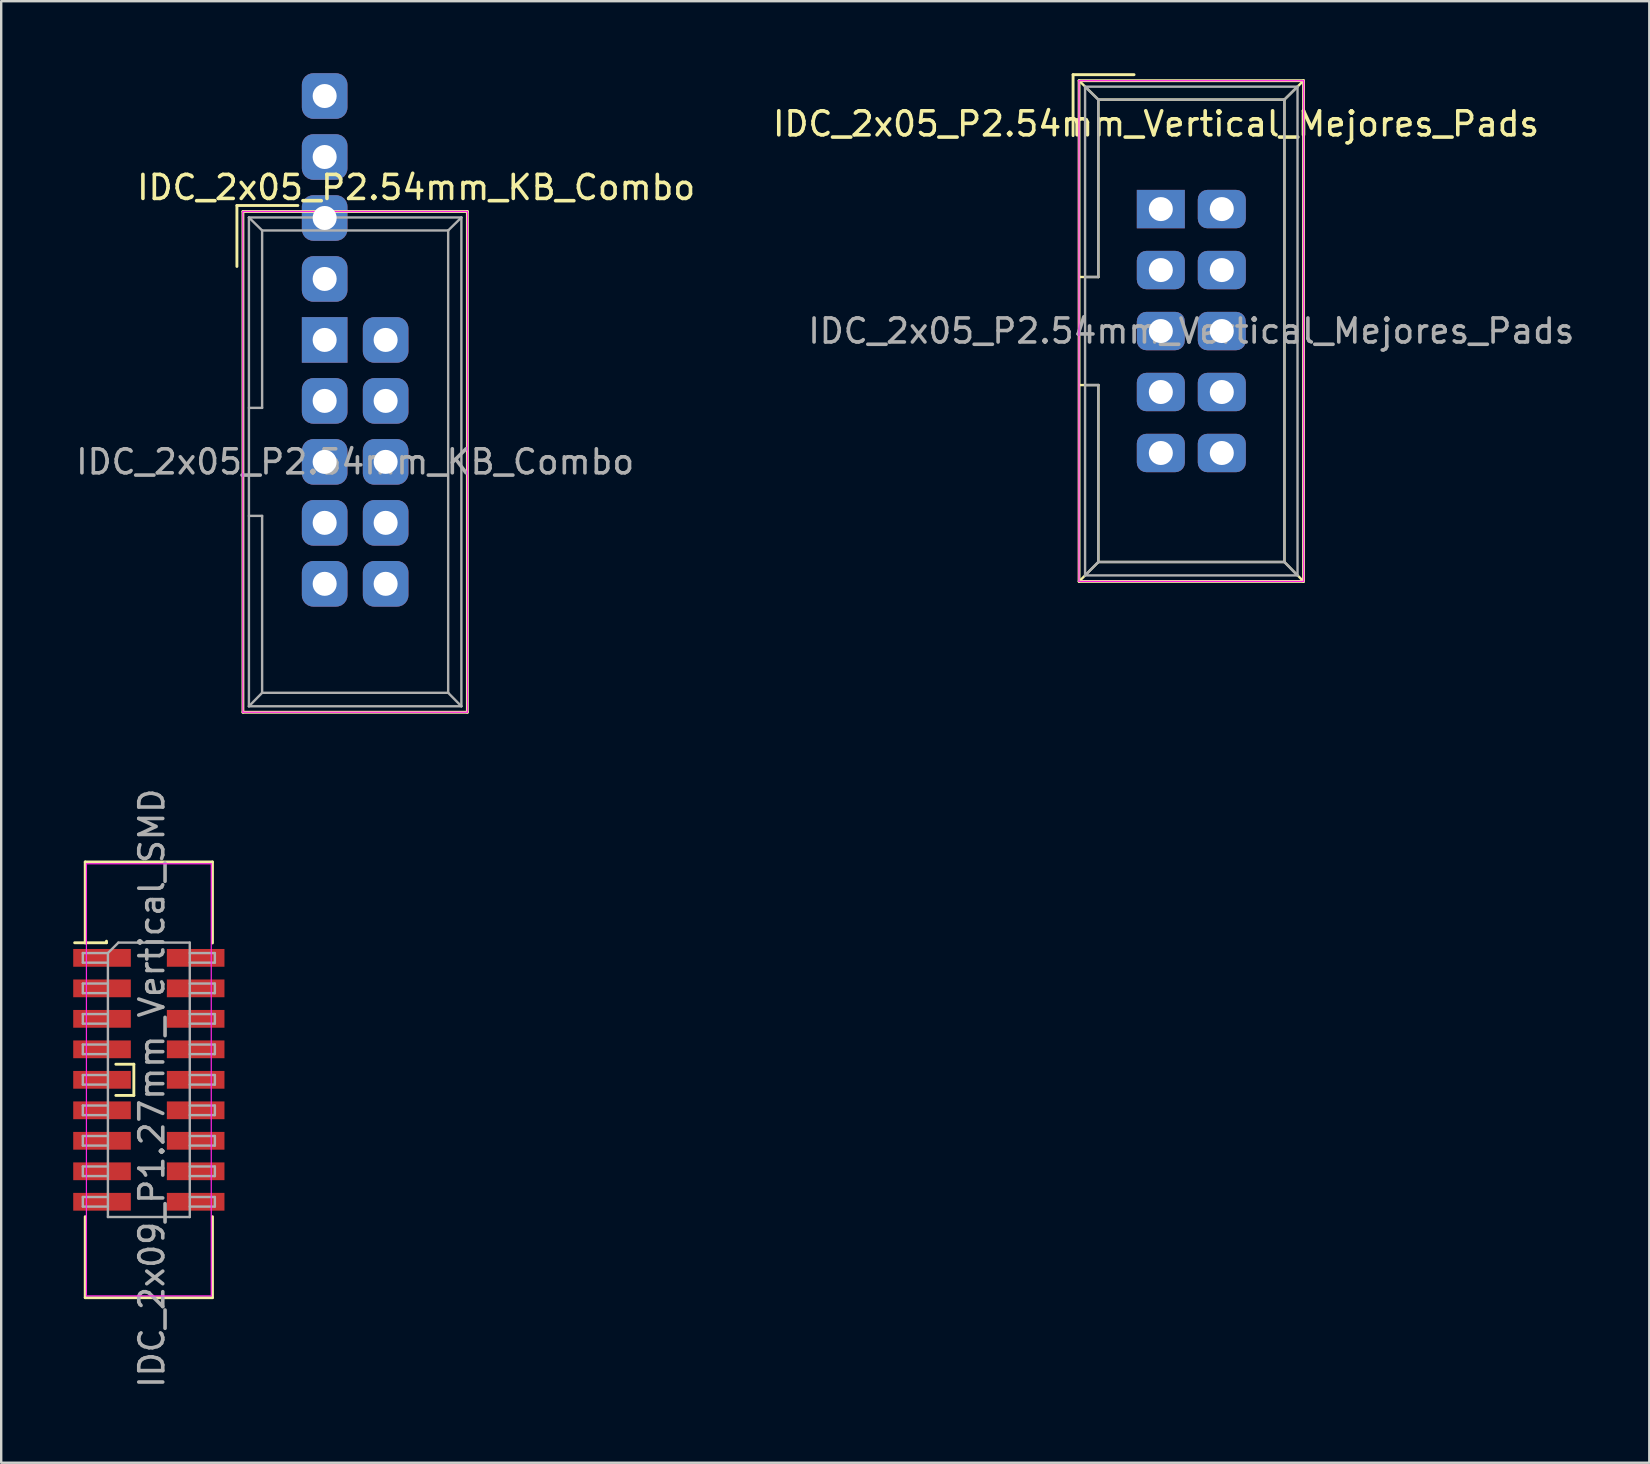
<source format=kicad_pcb>
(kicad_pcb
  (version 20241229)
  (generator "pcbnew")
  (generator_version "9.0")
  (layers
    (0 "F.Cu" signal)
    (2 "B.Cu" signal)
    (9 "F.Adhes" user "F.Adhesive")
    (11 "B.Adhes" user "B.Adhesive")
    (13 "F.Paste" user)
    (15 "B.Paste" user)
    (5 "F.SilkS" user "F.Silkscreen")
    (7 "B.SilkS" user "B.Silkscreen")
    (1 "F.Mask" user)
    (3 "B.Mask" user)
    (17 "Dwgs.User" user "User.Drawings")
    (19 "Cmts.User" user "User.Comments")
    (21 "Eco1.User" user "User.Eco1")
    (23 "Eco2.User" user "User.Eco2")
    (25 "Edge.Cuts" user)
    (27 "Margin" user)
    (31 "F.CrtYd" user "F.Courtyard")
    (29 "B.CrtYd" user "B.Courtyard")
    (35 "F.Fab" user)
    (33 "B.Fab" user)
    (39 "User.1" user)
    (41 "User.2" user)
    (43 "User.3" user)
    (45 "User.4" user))
  (footprint "IDC_2x05_P2.54mm_Vertical_Mejores_Pads"
    (layer "F.Cu")
    (at 45.305 5.66)
    (property "Reference" "IDC_2x05_P2.54mm_Vertical_Mejores_Pads" (at -0.2 -3.55 0) (layer "F.SilkS") (effects (font (size 1 1) (thickness 0.15))))
    (attr through_hole)
    (fp_line (start -3.655 -5.6) (end -3.655 -3.06) (stroke (width 0.12) (type solid)) (layer "F.SilkS"))
    (fp_line (start -3.655 -5.6) (end -1.115 -5.6) (stroke (width 0.12) (type solid)) (layer "F.SilkS"))
    (fp_line (start -3.405 -5.35) (end -2.6 -4.56) (stroke (width 0.1) (type solid)) (layer "F.SilkS"))
    (fp_line (start -3.405 -5.35) (end 5.945 -5.35) (stroke (width 0.12) (type solid)) (layer "F.SilkS"))
    (fp_line (start -3.405 15.51) (end -3.405 -5.35) (stroke (width 0.12) (type solid)) (layer "F.SilkS"))
    (fp_line (start -3.405 15.51) (end -2.6 14.7) (stroke (width 0.1) (type solid)) (layer "F.SilkS"))
    (fp_line (start -2.6 -4.56) (end -2.6 2.83) (stroke (width 0.1) (type solid)) (layer "F.SilkS"))
    (fp_line (start -2.6 2.83) (end -3.4 2.83) (stroke (width 0.1) (type solid)) (layer "F.SilkS"))
    (fp_line (start -2.6 7.33) (end -3.4 7.33) (stroke (width 0.1) (type solid)) (layer "F.SilkS"))
    (fp_line (start -2.6 7.33) (end -2.6 14.7) (stroke (width 0.1) (type solid)) (layer "F.SilkS"))
    (fp_line (start 5.15 -4.56) (end -2.6 -4.56) (stroke (width 0.1) (type solid)) (layer "F.SilkS"))
    (fp_line (start 5.15 -4.56) (end 5.15 14.7) (stroke (width 0.1) (type solid)) (layer "F.SilkS"))
    (fp_line (start 5.15 14.7) (end -2.6 14.7) (stroke (width 0.1) (type solid)) (layer "F.SilkS"))
    (fp_line (start 5.945 -5.35) (end 5.15 -4.56) (stroke (width 0.1) (type solid)) (layer "F.SilkS"))
    (fp_line (start 5.945 -5.35) (end 5.945 15.51) (stroke (width 0.12) (type solid)) (layer "F.SilkS"))
    (fp_line (start 5.945 15.51) (end -3.405 15.51) (stroke (width 0.12) (type solid)) (layer "F.SilkS"))
    (fp_line (start 5.945 15.51) (end 5.15 14.7) (stroke (width 0.1) (type solid)) (layer "F.SilkS"))
    (fp_line (start -3.41 -5.35) (end 5.95 -5.35) (stroke (width 0.05) (type solid)) (layer "F.CrtYd"))
    (fp_line (start -3.41 15.51) (end -3.41 -5.35) (stroke (width 0.05) (type solid)) (layer "F.CrtYd"))
    (fp_line (start 5.95 -5.35) (end 5.95 15.51) (stroke (width 0.05) (type solid)) (layer "F.CrtYd"))
    (fp_line (start 5.95 15.51) (end -3.41 15.51) (stroke (width 0.05) (type solid)) (layer "F.CrtYd"))
    (fp_line (start -3.155 -5.1) (end -3.155 15.26) (stroke (width 0.1) (type solid)) (layer "F.Fab"))
    (fp_line (start -3.155 -5.1) (end -2.605 -4.56) (stroke (width 0.1) (type solid)) (layer "F.Fab"))
    (fp_line (start -3.155 15.26) (end -2.605 14.7) (stroke (width 0.1) (type solid)) (layer "F.Fab"))
    (fp_line (start -2.605 -4.56) (end -2.605 2.83) (stroke (width 0.1) (type solid)) (layer "F.Fab"))
    (fp_line (start -2.605 2.83) (end -3.155 2.83) (stroke (width 0.1) (type solid)) (layer "F.Fab"))
    (fp_line (start -2.605 7.33) (end -3.155 7.33) (stroke (width 0.1) (type solid)) (layer "F.Fab"))
    (fp_line (start -2.605 7.33) (end -2.605 14.7) (stroke (width 0.1) (type solid)) (layer "F.Fab"))
    (fp_line (start 5.145 -4.56) (end -2.605 -4.56) (stroke (width 0.1) (type solid)) (layer "F.Fab"))
    (fp_line (start 5.145 -4.56) (end 5.145 14.7) (stroke (width 0.1) (type solid)) (layer "F.Fab"))
    (fp_line (start 5.145 14.7) (end -2.605 14.7) (stroke (width 0.1) (type solid)) (layer "F.Fab"))
    (fp_line (start 5.695 -5.1) (end -3.155 -5.1) (stroke (width 0.1) (type solid)) (layer "F.Fab"))
    (fp_line (start 5.695 -5.1) (end 5.145 -4.56) (stroke (width 0.1) (type solid)) (layer "F.Fab"))
    (fp_line (start 5.695 -5.1) (end 5.695 15.26) (stroke (width 0.1) (type solid)) (layer "F.Fab"))
    (fp_line (start 5.695 15.26) (end -3.155 15.26) (stroke (width 0.1) (type solid)) (layer "F.Fab"))
    (fp_line (start 5.695 15.26) (end 5.145 14.7) (stroke (width 0.1) (type solid)) (layer "F.Fab"))
    (fp_text user "${REFERENCE}" (at 1.27 5.08 0) (layer "F.Fab") (effects (font (size 1 1) (thickness 0.15))))
    (pad "1" thru_hole rect (at 0 0) (size 2 1.6) (drill 1) (layers "*.Cu" "*.Mask"))
    (pad "2" thru_hole roundrect (at 2.54 0) (size 2 1.6) (drill 1) (layers "*.Cu" "*.Mask") (roundrect_rratio 0.25))
    (pad "3" thru_hole roundrect (at 0 2.54) (size 2 1.6) (drill 1) (layers "*.Cu" "*.Mask") (roundrect_rratio 0.25))
    (pad "4" thru_hole roundrect (at 2.54 2.54) (size 2 1.6) (drill 1) (layers "*.Cu" "*.Mask") (roundrect_rratio 0.25))
    (pad "5" thru_hole roundrect (at 0 5.08) (size 2 1.6) (drill 1) (layers "*.Cu" "*.Mask") (roundrect_rratio 0.25))
    (pad "6" thru_hole roundrect (at 2.54 5.08) (size 2 1.6) (drill 1) (layers "*.Cu" "*.Mask") (roundrect_rratio 0.25))
    (pad "7" thru_hole roundrect (at 0 7.62) (size 2 1.6) (drill 1) (layers "*.Cu" "*.Mask") (roundrect_rratio 0.25))
    (pad "8" thru_hole roundrect (at 2.54 7.62) (size 2 1.6) (drill 1) (layers "*.Cu" "*.Mask") (roundrect_rratio 0.25))
    (pad "9" thru_hole roundrect (at 0 10.16) (size 2 1.6) (drill 1) (layers "*.Cu" "*.Mask") (roundrect_rratio 0.25))
    (pad "10" thru_hole roundrect (at 2.54 10.16) (size 2 1.6) (drill 1) (layers "*.Cu" "*.Mask") (roundrect_rratio 0.25)))
  (footprint "IDC_2x05_P2.54mm_KB_Combo"
    (layer "F.Cu")
    (at 10.474 11.11)
    (property "Reference" "IDC_2x05_P2.54mm_KB_Combo" (at 3.81 -6.35 0) (layer "F.SilkS") (effects (font (size 1 1) (thickness 0.15))))
    (attr through_hole)
    (fp_line (start -3.655 -5.6) (end -3.655 -3.06) (stroke (width 0.12) (type solid)) (layer "F.SilkS"))
    (fp_line (start -3.655 -5.6) (end -1.115 -5.6) (stroke (width 0.12) (type solid)) (layer "F.SilkS"))
    (fp_line (start -3.405 -5.35) (end 5.945 -5.35) (stroke (width 0.12) (type solid)) (layer "F.SilkS"))
    (fp_line (start -3.405 15.51) (end -3.405 -5.35) (stroke (width 0.12) (type solid)) (layer "F.SilkS"))
    (fp_line (start 5.945 -5.35) (end 5.945 15.51) (stroke (width 0.12) (type solid)) (layer "F.SilkS"))
    (fp_line (start 5.945 15.51) (end -3.405 15.51) (stroke (width 0.12) (type solid)) (layer "F.SilkS"))
    (fp_line (start -3.41 -5.35) (end 5.95 -5.35) (stroke (width 0.05) (type solid)) (layer "F.CrtYd"))
    (fp_line (start -3.41 15.51) (end -3.41 -5.35) (stroke (width 0.05) (type solid)) (layer "F.CrtYd"))
    (fp_line (start 5.95 -5.35) (end 5.95 15.51) (stroke (width 0.05) (type solid)) (layer "F.CrtYd"))
    (fp_line (start 5.95 15.51) (end -3.41 15.51) (stroke (width 0.05) (type solid)) (layer "F.CrtYd"))
    (fp_line (start -3.155 -5.1) (end -3.155 15.26) (stroke (width 0.1) (type solid)) (layer "F.Fab"))
    (fp_line (start -3.155 -5.1) (end -2.605 -4.56) (stroke (width 0.1) (type solid)) (layer "F.Fab"))
    (fp_line (start -3.155 15.26) (end -2.605 14.7) (stroke (width 0.1) (type solid)) (layer "F.Fab"))
    (fp_line (start -2.605 -4.56) (end -2.605 2.83) (stroke (width 0.1) (type solid)) (layer "F.Fab"))
    (fp_line (start -2.605 2.83) (end -3.155 2.83) (stroke (width 0.1) (type solid)) (layer "F.Fab"))
    (fp_line (start -2.605 7.33) (end -3.155 7.33) (stroke (width 0.1) (type solid)) (layer "F.Fab"))
    (fp_line (start -2.605 7.33) (end -2.605 14.7) (stroke (width 0.1) (type solid)) (layer "F.Fab"))
    (fp_line (start 5.145 -4.56) (end -2.605 -4.56) (stroke (width 0.1) (type solid)) (layer "F.Fab"))
    (fp_line (start 5.145 -4.56) (end 5.145 14.7) (stroke (width 0.1) (type solid)) (layer "F.Fab"))
    (fp_line (start 5.145 14.7) (end -2.605 14.7) (stroke (width 0.1) (type solid)) (layer "F.Fab"))
    (fp_line (start 5.695 -5.1) (end -3.155 -5.1) (stroke (width 0.1) (type solid)) (layer "F.Fab"))
    (fp_line (start 5.695 -5.1) (end 5.145 -4.56) (stroke (width 0.1) (type solid)) (layer "F.Fab"))
    (fp_line (start 5.695 -5.1) (end 5.695 15.26) (stroke (width 0.1) (type solid)) (layer "F.Fab"))
    (fp_line (start 5.695 15.26) (end -3.155 15.26) (stroke (width 0.1) (type solid)) (layer "F.Fab"))
    (fp_line (start 5.695 15.26) (end 5.145 14.7) (stroke (width 0.1) (type solid)) (layer "F.Fab"))
    (fp_text user "${REFERENCE}" (at 1.27 5.08 0) (layer "F.Fab") (effects (font (size 1 1) (thickness 0.15))))
    (pad "1" thru_hole rect (at 0 0 180) (size 1.9 1.9) (drill 1) (layers "*.Cu" "*.Mask"))
    (pad "2" thru_hole roundrect (at 0 -2.54 180) (size 1.9 1.9) (drill 1) (layers "*.Cu" "*.Mask") (roundrect_rratio 0.25))
    (pad "2" thru_hole roundrect (at 2.54 0 180) (size 1.9 1.9) (drill 1) (layers "*.Cu" "*.Mask") (roundrect_rratio 0.25))
    (pad "3" thru_hole roundrect (at 0 2.54 180) (size 1.9 1.9) (drill 1) (layers "*.Cu" "*.Mask") (roundrect_rratio 0.25))
    (pad "4" thru_hole roundrect (at 0 -5.08 180) (size 1.9 1.9) (drill 1) (layers "*.Cu" "*.Mask") (roundrect_rratio 0.25))
    (pad "4" thru_hole roundrect (at 2.54 2.54 180) (size 1.9 1.9) (drill 1) (layers "*.Cu" "*.Mask") (roundrect_rratio 0.25))
    (pad "5" thru_hole roundrect (at 0 5.08 180) (size 1.9 1.9) (drill 1) (layers "*.Cu" "*.Mask") (roundrect_rratio 0.25))
    (pad "6" thru_hole roundrect (at 0 -7.62 180) (size 1.9 1.9) (drill 1) (layers "*.Cu" "*.Mask") (roundrect_rratio 0.25))
    (pad "6" thru_hole roundrect (at 2.54 5.08 180) (size 1.9 1.9) (drill 1) (layers "*.Cu" "*.Mask") (roundrect_rratio 0.25))
    (pad "7" thru_hole roundrect (at 0 7.62 180) (size 1.9 1.9) (drill 1) (layers "*.Cu" "*.Mask") (roundrect_rratio 0.25))
    (pad "8" thru_hole roundrect (at 0 -10.16 180) (size 1.9 1.9) (drill 1) (layers "*.Cu" "*.Mask") (roundrect_rratio 0.25))
    (pad "8" thru_hole roundrect (at 2.54 7.62 180) (size 1.9 1.9) (drill 1) (layers "*.Cu" "*.Mask") (roundrect_rratio 0.25))
    (pad "9" thru_hole roundrect (at 0 10.16 180) (size 1.9 1.9) (drill 1) (layers "*.Cu" "*.Mask") (roundrect_rratio 0.25))
    (pad "10" thru_hole roundrect (at 2.54 10.16 180) (size 1.9 1.9) (drill 1) (layers "*.Cu" "*.Mask") (roundrect_rratio 0.25)))
  (footprint "IDC_2x09_P1.27mm_Vertical_SMD"
    (layer "F.Cu")
    (at 3.15 41.931)
    (property "Reference" "IDC_2x09_P1.27mm_Vertical_SMD" (at 0.125 0.35 90) (layer "F.Fab") (effects (font (size 1 1) (thickness 0.15))))
    (property "Value" "(${VALUE})" (at -4.125 0 90) (layer "F.SilkS") (hide yes) (effects (font (size 1 1) (thickness 0.15))))
    (attr smd)
    (fp_line (start -3.09 -5.71) (end -1.765 -5.71) (stroke (width 0.12) (type solid)) (layer "F.SilkS"))
    (fp_line (start -2.65 -9.075) (end 2.65 -9.075) (stroke (width 0.12) (type solid)) (layer "F.SilkS"))
    (fp_line (start -2.65 -5.7) (end -2.65 -9.075) (stroke (width 0.12) (type solid)) (layer "F.SilkS"))
    (fp_line (start -2.65 9.075) (end -2.65 5.7) (stroke (width 0.12) (type solid)) (layer "F.SilkS"))
    (fp_line (start -2.65 9.075) (end 2.65 9.075) (stroke (width 0.12) (type solid)) (layer "F.SilkS"))
    (fp_line (start -1.765 -5.775) (end -1.765 -5.71) (stroke (width 0.12) (type solid)) (layer "F.SilkS"))
    (fp_line (start -1.375 0.65) (end -0.625 0.65) (stroke (width 0.12) (type default)) (layer "F.SilkS"))
    (fp_line (start -0.625 -0.65) (end -1.375 -0.65) (stroke (width 0.12) (type default)) (layer "F.SilkS"))
    (fp_line (start -0.625 -0.65) (end -0.625 0.65) (stroke (width 0.12) (type default)) (layer "F.SilkS"))
    (fp_line (start 2.65 -5.7) (end 2.65 -9.075) (stroke (width 0.12) (type solid)) (layer "F.SilkS"))
    (fp_line (start 2.65 9.075) (end 2.65 5.7) (stroke (width 0.12) (type solid)) (layer "F.SilkS"))
    (fp_line (start -2.6 -9) (end -2.6 9) (stroke (width 0.05) (type solid)) (layer "F.CrtYd"))
    (fp_line (start -2.6 9) (end 2.6 9) (stroke (width 0.05) (type solid)) (layer "F.CrtYd"))
    (fp_line (start 2.6 -9) (end -2.6 -9) (stroke (width 0.05) (type solid)) (layer "F.CrtYd"))
    (fp_line (start 2.6 9) (end 2.6 -9) (stroke (width 0.05) (type solid)) (layer "F.CrtYd"))
    (fp_line (start -2.75 -5.28) (end -2.75 -4.88) (stroke (width 0.1) (type solid)) (layer "F.Fab"))
    (fp_line (start -2.75 -4.88) (end -1.705 -4.88) (stroke (width 0.1) (type solid)) (layer "F.Fab"))
    (fp_line (start -2.75 -4.01) (end -2.75 -3.61) (stroke (width 0.1) (type solid)) (layer "F.Fab"))
    (fp_line (start -2.75 -3.61) (end -1.705 -3.61) (stroke (width 0.1) (type solid)) (layer "F.Fab"))
    (fp_line (start -2.75 -2.74) (end -2.75 -2.34) (stroke (width 0.1) (type solid)) (layer "F.Fab"))
    (fp_line (start -2.75 -2.34) (end -1.705 -2.34) (stroke (width 0.1) (type solid)) (layer "F.Fab"))
    (fp_line (start -2.75 -1.47) (end -2.75 -1.07) (stroke (width 0.1) (type solid)) (layer "F.Fab"))
    (fp_line (start -2.75 -1.07) (end -1.705 -1.07) (stroke (width 0.1) (type solid)) (layer "F.Fab"))
    (fp_line (start -2.75 -0.2) (end -2.75 0.2) (stroke (width 0.1) (type solid)) (layer "F.Fab"))
    (fp_line (start -2.75 0.2) (end -1.705 0.2) (stroke (width 0.1) (type solid)) (layer "F.Fab"))
    (fp_line (start -2.75 1.07) (end -2.75 1.47) (stroke (width 0.1) (type solid)) (layer "F.Fab"))
    (fp_line (start -2.75 1.47) (end -1.705 1.47) (stroke (width 0.1) (type solid)) (layer "F.Fab"))
    (fp_line (start -2.75 2.34) (end -2.75 2.74) (stroke (width 0.1) (type solid)) (layer "F.Fab"))
    (fp_line (start -2.75 2.74) (end -1.705 2.74) (stroke (width 0.1) (type solid)) (layer "F.Fab"))
    (fp_line (start -2.75 3.61) (end -2.75 4.01) (stroke (width 0.1) (type solid)) (layer "F.Fab"))
    (fp_line (start -2.75 4.01) (end -1.705 4.01) (stroke (width 0.1) (type solid)) (layer "F.Fab"))
    (fp_line (start -2.75 4.88) (end -2.75 5.28) (stroke (width 0.1) (type solid)) (layer "F.Fab"))
    (fp_line (start -2.75 5.28) (end -1.705 5.28) (stroke (width 0.1) (type solid)) (layer "F.Fab"))
    (fp_line (start -1.705 -5.28) (end -2.75 -5.28) (stroke (width 0.1) (type solid)) (layer "F.Fab"))
    (fp_line (start -1.705 -5.28) (end -1.27 -5.715) (stroke (width 0.1) (type solid)) (layer "F.Fab"))
    (fp_line (start -1.705 -4.01) (end -2.75 -4.01) (stroke (width 0.1) (type solid)) (layer "F.Fab"))
    (fp_line (start -1.705 -2.74) (end -2.75 -2.74) (stroke (width 0.1) (type solid)) (layer "F.Fab"))
    (fp_line (start -1.705 -1.47) (end -2.75 -1.47) (stroke (width 0.1) (type solid)) (layer "F.Fab"))
    (fp_line (start -1.705 -0.2) (end -2.75 -0.2) (stroke (width 0.1) (type solid)) (layer "F.Fab"))
    (fp_line (start -1.705 1.07) (end -2.75 1.07) (stroke (width 0.1) (type solid)) (layer "F.Fab"))
    (fp_line (start -1.705 2.34) (end -2.75 2.34) (stroke (width 0.1) (type solid)) (layer "F.Fab"))
    (fp_line (start -1.705 3.61) (end -2.75 3.61) (stroke (width 0.1) (type solid)) (layer "F.Fab"))
    (fp_line (start -1.705 4.88) (end -2.75 4.88) (stroke (width 0.1) (type solid)) (layer "F.Fab"))
    (fp_line (start -1.705 5.715) (end -1.705 -5.28) (stroke (width 0.1) (type solid)) (layer "F.Fab"))
    (fp_line (start -1.27 -5.715) (end 1.705 -5.715) (stroke (width 0.1) (type solid)) (layer "F.Fab"))
    (fp_line (start 1.705 -5.715) (end 1.705 5.715) (stroke (width 0.1) (type solid)) (layer "F.Fab"))
    (fp_line (start 1.705 -5.28) (end 2.75 -5.28) (stroke (width 0.1) (type solid)) (layer "F.Fab"))
    (fp_line (start 1.705 -4.01) (end 2.75 -4.01) (stroke (width 0.1) (type solid)) (layer "F.Fab"))
    (fp_line (start 1.705 -2.74) (end 2.75 -2.74) (stroke (width 0.1) (type solid)) (layer "F.Fab"))
    (fp_line (start 1.705 -1.47) (end 2.75 -1.47) (stroke (width 0.1) (type solid)) (layer "F.Fab"))
    (fp_line (start 1.705 -0.2) (end 2.75 -0.2) (stroke (width 0.1) (type solid)) (layer "F.Fab"))
    (fp_line (start 1.705 1.07) (end 2.75 1.07) (stroke (width 0.1) (type solid)) (layer "F.Fab"))
    (fp_line (start 1.705 2.34) (end 2.75 2.34) (stroke (width 0.1) (type solid)) (layer "F.Fab"))
    (fp_line (start 1.705 3.61) (end 2.75 3.61) (stroke (width 0.1) (type solid)) (layer "F.Fab"))
    (fp_line (start 1.705 4.88) (end 2.75 4.88) (stroke (width 0.1) (type solid)) (layer "F.Fab"))
    (fp_line (start 1.705 5.715) (end -1.705 5.715) (stroke (width 0.1) (type solid)) (layer "F.Fab"))
    (fp_line (start 2.75 -5.28) (end 2.75 -4.88) (stroke (width 0.1) (type solid)) (layer "F.Fab"))
    (fp_line (start 2.75 -4.88) (end 1.705 -4.88) (stroke (width 0.1) (type solid)) (layer "F.Fab"))
    (fp_line (start 2.75 -4.01) (end 2.75 -3.61) (stroke (width 0.1) (type solid)) (layer "F.Fab"))
    (fp_line (start 2.75 -3.61) (end 1.705 -3.61) (stroke (width 0.1) (type solid)) (layer "F.Fab"))
    (fp_line (start 2.75 -2.74) (end 2.75 -2.34) (stroke (width 0.1) (type solid)) (layer "F.Fab"))
    (fp_line (start 2.75 -2.34) (end 1.705 -2.34) (stroke (width 0.1) (type solid)) (layer "F.Fab"))
    (fp_line (start 2.75 -1.47) (end 2.75 -1.07) (stroke (width 0.1) (type solid)) (layer "F.Fab"))
    (fp_line (start 2.75 -1.07) (end 1.705 -1.07) (stroke (width 0.1) (type solid)) (layer "F.Fab"))
    (fp_line (start 2.75 -0.2) (end 2.75 0.2) (stroke (width 0.1) (type solid)) (layer "F.Fab"))
    (fp_line (start 2.75 0.2) (end 1.705 0.2) (stroke (width 0.1) (type solid)) (layer "F.Fab"))
    (fp_line (start 2.75 1.07) (end 2.75 1.47) (stroke (width 0.1) (type solid)) (layer "F.Fab"))
    (fp_line (start 2.75 1.47) (end 1.705 1.47) (stroke (width 0.1) (type solid)) (layer "F.Fab"))
    (fp_line (start 2.75 2.34) (end 2.75 2.74) (stroke (width 0.1) (type solid)) (layer "F.Fab"))
    (fp_line (start 2.75 2.74) (end 1.705 2.74) (stroke (width 0.1) (type solid)) (layer "F.Fab"))
    (fp_line (start 2.75 3.61) (end 2.75 4.01) (stroke (width 0.1) (type solid)) (layer "F.Fab"))
    (fp_line (start 2.75 4.01) (end 1.705 4.01) (stroke (width 0.1) (type solid)) (layer "F.Fab"))
    (fp_line (start 2.75 4.88) (end 2.75 5.28) (stroke (width 0.1) (type solid)) (layer "F.Fab"))
    (fp_line (start 2.75 5.28) (end 1.705 5.28) (stroke (width 0.1) (type solid)) (layer "F.Fab"))
    (pad "1" smd rect (at -1.95 -5.08) (size 2.4 0.74) (layers "F.Cu" "F.Mask" "F.Paste"))
    (pad "2" smd rect (at 1.95 -5.08) (size 2.4 0.74) (layers "F.Cu" "F.Mask" "F.Paste"))
    (pad "3" smd rect (at -1.95 -3.81) (size 2.4 0.74) (layers "F.Cu" "F.Mask" "F.Paste"))
    (pad "4" smd rect (at 1.95 -3.81) (size 2.4 0.74) (layers "F.Cu" "F.Mask" "F.Paste"))
    (pad "5" smd rect (at -1.95 -2.54) (size 2.4 0.74) (layers "F.Cu" "F.Mask" "F.Paste"))
    (pad "6" smd rect (at 1.95 -2.54) (size 2.4 0.74) (layers "F.Cu" "F.Mask" "F.Paste"))
    (pad "7" smd rect (at -1.95 -1.27) (size 2.4 0.74) (layers "F.Cu" "F.Mask" "F.Paste"))
    (pad "8" smd rect (at 1.95 -1.27) (size 2.4 0.74) (layers "F.Cu" "F.Mask" "F.Paste"))
    (pad "9" smd rect (at -1.95 0) (size 2.4 0.74) (layers "F.Cu" "F.Mask" "F.Paste"))
    (pad "10" smd rect (at 1.95 0) (size 2.4 0.74) (layers "F.Cu" "F.Mask" "F.Paste"))
    (pad "11" smd rect (at -1.95 1.27) (size 2.4 0.74) (layers "F.Cu" "F.Mask" "F.Paste"))
    (pad "12" smd rect (at 1.95 1.27) (size 2.4 0.74) (layers "F.Cu" "F.Mask" "F.Paste"))
    (pad "13" smd rect (at -1.95 2.54) (size 2.4 0.74) (layers "F.Cu" "F.Mask" "F.Paste"))
    (pad "14" smd rect (at 1.95 2.54) (size 2.4 0.74) (layers "F.Cu" "F.Mask" "F.Paste"))
    (pad "15" smd rect (at -1.95 3.81) (size 2.4 0.74) (layers "F.Cu" "F.Mask" "F.Paste"))
    (pad "16" smd rect (at 1.95 3.81) (size 2.4 0.74) (layers "F.Cu" "F.Mask" "F.Paste"))
    (pad "17" smd rect (at -1.95 5.08) (size 2.4 0.74) (layers "F.Cu" "F.Mask" "F.Paste"))
    (pad "18" smd rect (at 1.95 5.08) (size 2.4 0.74) (layers "F.Cu" "F.Mask" "F.Paste")))
  (gr_rect
    (start -3 -3)
    (end 65.653 57.882)
    (stroke (width 0.1) (type default))
    (fill no)
    (layer "Edge.Cuts")))
</source>
